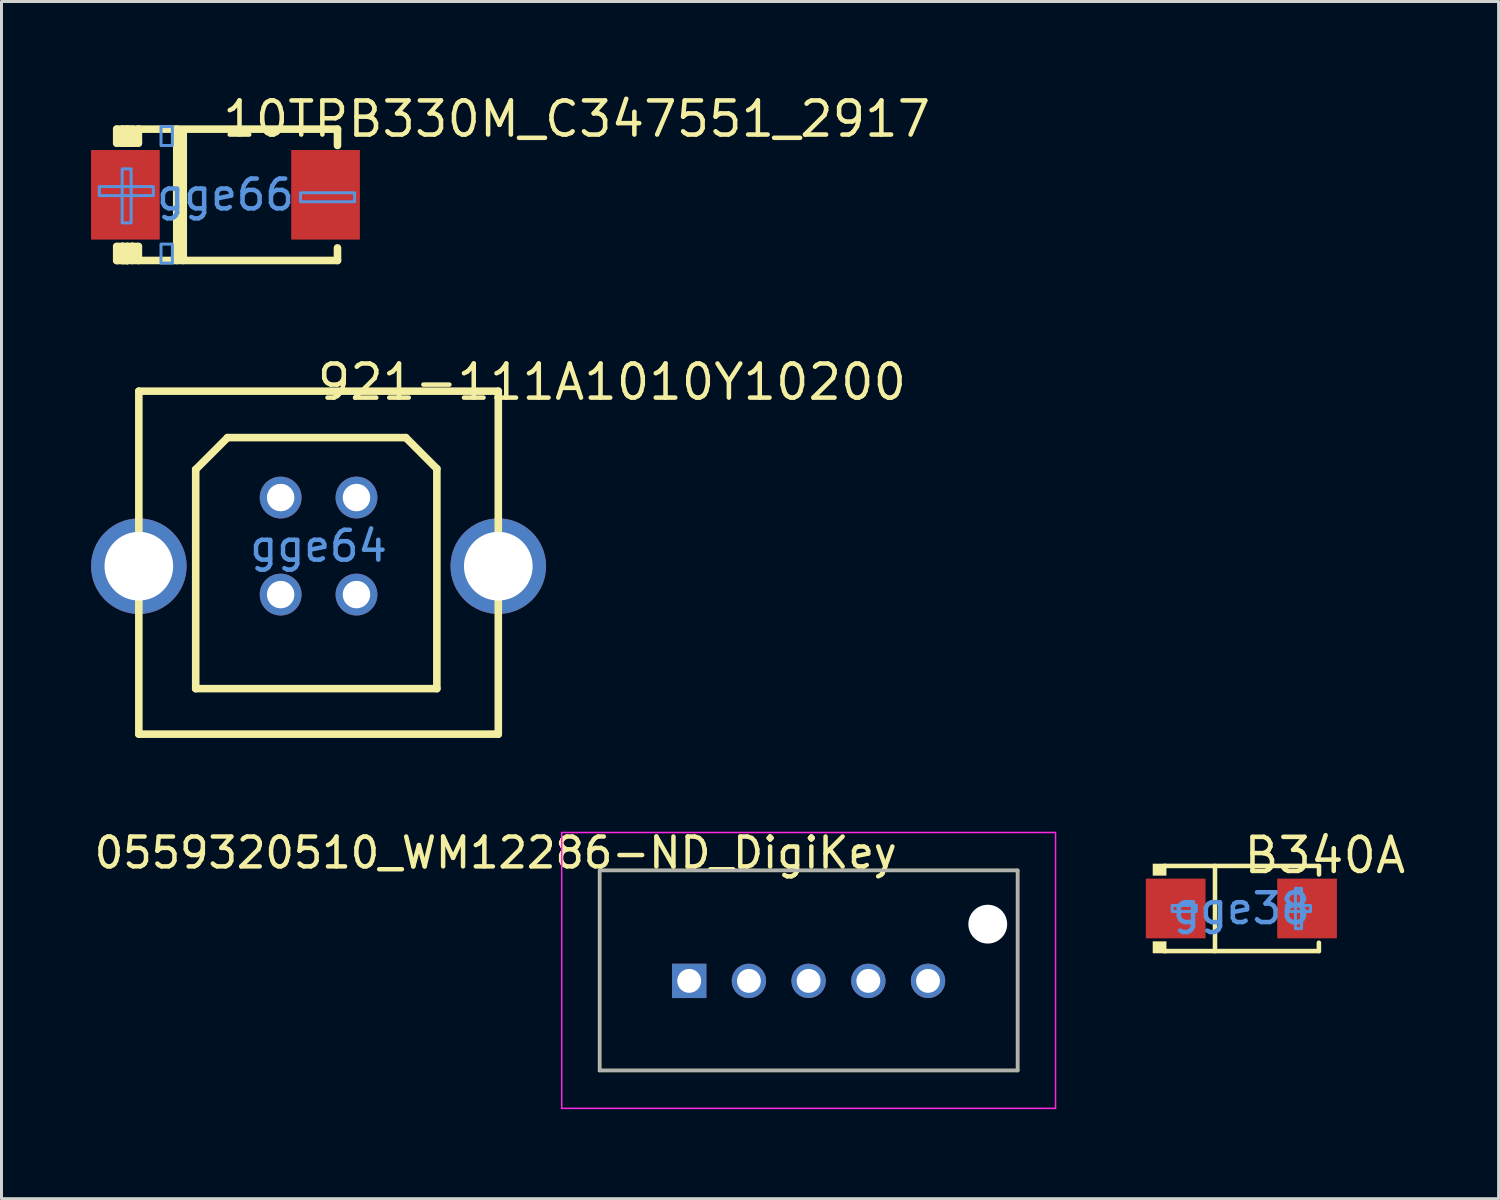
<source format=kicad_pcb>
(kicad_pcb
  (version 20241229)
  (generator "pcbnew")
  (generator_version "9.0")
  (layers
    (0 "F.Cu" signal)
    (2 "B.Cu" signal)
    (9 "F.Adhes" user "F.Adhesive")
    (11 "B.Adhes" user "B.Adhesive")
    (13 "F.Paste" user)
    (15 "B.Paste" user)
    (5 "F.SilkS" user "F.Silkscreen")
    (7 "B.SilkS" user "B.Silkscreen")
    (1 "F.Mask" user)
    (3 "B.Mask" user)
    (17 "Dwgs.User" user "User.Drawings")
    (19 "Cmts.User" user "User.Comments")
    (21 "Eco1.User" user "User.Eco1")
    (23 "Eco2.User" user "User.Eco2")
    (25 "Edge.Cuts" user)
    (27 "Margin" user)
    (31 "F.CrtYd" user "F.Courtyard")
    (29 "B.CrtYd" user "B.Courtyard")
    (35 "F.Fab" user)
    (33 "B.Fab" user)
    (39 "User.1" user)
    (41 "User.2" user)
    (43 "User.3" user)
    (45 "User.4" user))
  (footprint "921-111A1010Y10200"
    (layer "F.Cu")
    (at 7.62 15.24)
    (property "Reference" "921-111A1010Y10200" (at -0.127 -5.493 0) (layer "F.SilkS") (effects (font (size 1.143 1.143) (thickness 0.152)) (justify left)))
    (attr through_hole)
    (fp_line (start -6.02 -5.188) (end -6.02 6.299) (stroke (width 0.254) (type solid)) (layer "F.SilkS"))
    (fp_line (start -6.02 6.299) (end 6.02 6.299) (stroke (width 0.254) (type solid)) (layer "F.SilkS"))
    (fp_line (start -4.115 -2.566) (end -3.048 -3.633) (stroke (width 0.254) (type solid)) (layer "F.SilkS"))
    (fp_line (start -4.115 4.775) (end -4.115 -2.566) (stroke (width 0.254) (type solid)) (layer "F.SilkS"))
    (fp_line (start -3.048 -3.633) (end 2.921 -3.633) (stroke (width 0.254) (type solid)) (layer "F.SilkS"))
    (fp_line (start 2.921 -3.633) (end 3.962 -2.591) (stroke (width 0.254) (type solid)) (layer "F.SilkS"))
    (fp_line (start 3.962 -2.591) (end 3.962 4.775) (stroke (width 0.254) (type solid)) (layer "F.SilkS"))
    (fp_line (start 3.962 4.775) (end -4.115 4.775) (stroke (width 0.254) (type solid)) (layer "F.SilkS"))
    (fp_line (start 6.02 -5.188) (end -6.02 -5.188) (stroke (width 0.254) (type solid)) (layer "F.SilkS"))
    (fp_line (start 6.02 6.299) (end 6.02 -5.188) (stroke (width 0.254) (type solid)) (layer "F.SilkS"))
    (fp_text user "gge64" (at 0 0 0) (layer "Cmts.User") (effects (font (size 1 1) (thickness 0.15))))
    (pad "1" thru_hole circle (at 1.27 -1.625 180) (size 1.4 1.4) (drill 0.92) (layers "*.Cu" "*.Mask"))
    (pad "2" thru_hole circle (at -1.27 -1.625 180) (size 1.4 1.4) (drill 0.92) (layers "*.Cu" "*.Mask"))
    (pad "3" thru_hole circle (at -1.27 1.625 180) (size 1.4 1.4) (drill 0.92) (layers "*.Cu" "*.Mask"))
    (pad "4" thru_hole circle (at 1.27 1.625 180) (size 1.4 1.4) (drill 0.92) (layers "*.Cu" "*.Mask"))
    (pad "5" thru_hole circle (at -6.02 0.674 90) (size 3.2 3.2) (drill 2.3) (layers "*.Cu" "*.Mask"))
    (pad "6" thru_hole circle (at 6.02 0.674 90) (size 3.2 3.2) (drill 2.3) (layers "*.Cu" "*.Mask")))
  (footprint "B340A"
    (layer "F.Cu")
    (at 38.529 27.379)
    (property "Reference" "B340A" (at 0 -1.778 0) (layer "F.SilkS") (effects (font (size 1.143 1.143) (thickness 0.152)) (justify left)))
    (attr smd)
    (fp_line (start -2.596 -1.426) (end 2.596 -1.426) (stroke (width 0.152) (type solid)) (layer "F.SilkS"))
    (fp_line (start -2.596 1.426) (end 2.596 1.426) (stroke (width 0.152) (type solid)) (layer "F.SilkS"))
    (fp_line (start -0.884 -1.426) (end -0.884 1.426) (stroke (width 0.152) (type solid)) (layer "F.SilkS"))
    (fp_line (start 2.596 1.146) (end 2.596 1.426) (stroke (width 0.152) (type solid)) (layer "F.SilkS"))
    (fp_line (start 2.6 -1.42) (end 2.6 -1.14) (stroke (width 0.152) (type solid)) (layer "F.SilkS"))
    (fp_poly (pts (xy -2.51 -1.1) (xy -2.97 -1.1) (xy -2.97 -1.5) (xy -2.51 -1.5)) (stroke (width 0) (type solid)) (fill yes) (layer "F.SilkS"))
    (fp_poly (pts (xy -2.51 1.5) (xy -2.97 1.5) (xy -2.97 1.1) (xy -2.51 1.1)) (stroke (width 0) (type solid)) (fill yes) (layer "F.SilkS"))
    (fp_poly (pts (xy -2.317 0.101) (xy -2.317 -0.101) (xy -1.507 -0.101) (xy -1.507 0.101)) (stroke (width 0.1) (type solid)) (fill no) (layer "Cmts.User"))
    (fp_poly (pts (xy 2.014 0.675) (xy 2.014 -0.675) (xy 1.811 -0.675) (xy 1.811 0.675)) (stroke (width 0.1) (type solid)) (fill no) (layer "Cmts.User"))
    (fp_poly (pts (xy 2.317 0.101) (xy 2.317 -0.101) (xy 1.507 -0.101) (xy 1.507 0.101)) (stroke (width 0.1) (type solid)) (fill no) (layer "Cmts.User"))
    (fp_text user "gge38" (at 0 0 0) (layer "Cmts.User") (effects (font (size 1 1) (thickness 0.15))))
    (pad "1" smd rect (at -2.2 0 180) (size 2 2) (layers "F.Cu" "F.Mask" "F.Paste"))
    (pad "2" smd rect (at 2.2 0 180) (size 2 2) (layers "F.Cu" "F.Mask" "F.Paste")))
  (footprint "0559320510_WM12286-ND_DigiKey"
    (layer "F.Cu")
    (at 20.034 29.804)
    (property "Reference" "0559320510_WM12286-ND_DigiKey" (at -6.48 -4.29 0) (layer "F.SilkS") (effects (font (size 1 1) (thickness 0.15))))
    (attr through_hole)
    (fp_line (start -3 -3.7) (end -3 3) (stroke (width 0.12) (type solid)) (layer "F.SilkS"))
    (fp_line (start -3 3) (end 11 3) (stroke (width 0.12) (type solid)) (layer "F.SilkS"))
    (fp_line (start 11 -3.7) (end -3 -3.7) (stroke (width 0.12) (type solid)) (layer "F.SilkS"))
    (fp_line (start 11 3) (end 11 -3.7) (stroke (width 0.12) (type solid)) (layer "F.SilkS"))
    (fp_line (start -4.27 -4.97) (end -4.27 4.27) (stroke (width 0.05) (type solid)) (layer "F.CrtYd"))
    (fp_line (start -4.27 4.27) (end 12.27 4.27) (stroke (width 0.05) (type solid)) (layer "F.CrtYd"))
    (fp_line (start 12.27 -4.97) (end -4.27 -4.97) (stroke (width 0.05) (type solid)) (layer "F.CrtYd"))
    (fp_line (start 12.27 4.27) (end 12.27 -4.97) (stroke (width 0.05) (type solid)) (layer "F.CrtYd"))
    (fp_line (start -3 -3.7) (end -3 3) (stroke (width 0.1) (type solid)) (layer "F.Fab"))
    (fp_line (start -3 3) (end 11 3) (stroke (width 0.1) (type solid)) (layer "F.Fab"))
    (fp_line (start 11 -3.7) (end -3 -3.7) (stroke (width 0.1) (type solid)) (layer "F.Fab"))
    (fp_line (start 11 3) (end 11 -3.7) (stroke (width 0.1) (type solid)) (layer "F.Fab"))
    (pad "" np_thru_hole circle (at 10 -1.9) (size 1.3 1.3) (drill 1.3) (layers "*.Cu" "*.Mask"))
    (pad "1" thru_hole rect (at 0 0) (size 1.15 1.15) (drill 0.8) (layers "*.Cu" "*.Mask"))
    (pad "2" thru_hole circle (at 2 0) (size 1.15 1.15) (drill 0.8) (layers "*.Cu" "*.Mask"))
    (pad "3" thru_hole circle (at 4 0) (size 1.15 1.15) (drill 0.8) (layers "*.Cu" "*.Mask"))
    (pad "4" thru_hole circle (at 6 0) (size 1.15 1.15) (drill 0.8) (layers "*.Cu" "*.Mask"))
    (pad "5" thru_hole circle (at 8 0) (size 1.15 1.15) (drill 0.8) (layers "*.Cu" "*.Mask")))
  (footprint "10TPB330M_C347551_2917"
    (layer "F.Cu")
    (at 4.502 3.475)
    (property "Reference" "10TPB330M_C347551_2917" (at -0.175 -2.54 0) (layer "F.SilkS") (effects (font (size 1.143 1.143) (thickness 0.152)) (justify left)))
    (attr smd)
    (fp_line (start -3.643 -2.2) (end -3.448 -2.2) (stroke (width 0.254) (type solid)) (layer "F.SilkS"))
    (fp_line (start -3.643 -1.731) (end -3.643 -2.2) (stroke (width 0.254) (type solid)) (layer "F.SilkS"))
    (fp_line (start -3.643 -1.731) (end -3.448 -1.731) (stroke (width 0.254) (type solid)) (layer "F.SilkS"))
    (fp_line (start -3.643 1.731) (end -3.448 1.731) (stroke (width 0.254) (type solid)) (layer "F.SilkS"))
    (fp_line (start -3.643 2.2) (end -3.643 1.731) (stroke (width 0.254) (type solid)) (layer "F.SilkS"))
    (fp_line (start -3.605 2.2) (end -3.643 2.2) (stroke (width 0.254) (type solid)) (layer "F.SilkS"))
    (fp_line (start -3.605 2.2) (end -3.292 2.2) (stroke (width 0.254) (type solid)) (layer "F.SilkS"))
    (fp_line (start -3.448 -2.2) (end 3.752 -2.2) (stroke (width 0.254) (type solid)) (layer "F.SilkS"))
    (fp_line (start -3.448 -1.731) (end -3.448 -2.2) (stroke (width 0.254) (type solid)) (layer "F.SilkS"))
    (fp_line (start -3.448 1.731) (end -3.448 1.778) (stroke (width 0.254) (type solid)) (layer "F.SilkS"))
    (fp_line (start -3.448 1.731) (end -3.123 1.731) (stroke (width 0.254) (type solid)) (layer "F.SilkS"))
    (fp_line (start -3.448 1.778) (end -3.448 1.731) (stroke (width 0.254) (type solid)) (layer "F.SilkS"))
    (fp_line (start -3.448 2.2) (end -3.448 1.778) (stroke (width 0.254) (type solid)) (layer "F.SilkS"))
    (fp_line (start -3.448 2.2) (end 3.752 2.2) (stroke (width 0.254) (type solid)) (layer "F.SilkS"))
    (fp_line (start -3.312 -2.2) (end -3.312 -1.731) (stroke (width 0.254) (type solid)) (layer "F.SilkS"))
    (fp_line (start -3.292 1.731) (end -3.292 2.2) (stroke (width 0.254) (type solid)) (layer "F.SilkS"))
    (fp_line (start -3.292 2.2) (end -3.292 2.2) (stroke (width 0.254) (type solid)) (layer "F.SilkS"))
    (fp_line (start -3.277 1.731) (end -3.292 1.731) (stroke (width 0.254) (type solid)) (layer "F.SilkS"))
    (fp_line (start -3.249 -2.2) (end -3.312 -2.2) (stroke (width 0.254) (type solid)) (layer "F.SilkS"))
    (fp_line (start -3.125 -1.731) (end -3.125 -1.731) (stroke (width 0.254) (type solid)) (layer "F.SilkS"))
    (fp_line (start -3.125 1.731) (end -3.125 2.2) (stroke (width 0.254) (type solid)) (layer "F.SilkS"))
    (fp_line (start -3.123 -1.731) (end -3.448 -1.731) (stroke (width 0.254) (type solid)) (layer "F.SilkS"))
    (fp_line (start -3.123 -1.731) (end -3.125 -1.731) (stroke (width 0.254) (type solid)) (layer "F.SilkS"))
    (fp_line (start -3.123 -1.731) (end -3.123 -2.2) (stroke (width 0.254) (type solid)) (layer "F.SilkS"))
    (fp_line (start -3.123 1.731) (end -3.123 1.731) (stroke (width 0.254) (type solid)) (layer "F.SilkS"))
    (fp_line (start -2.917 -2.2) (end -2.917 -1.731) (stroke (width 0.254) (type solid)) (layer "F.SilkS"))
    (fp_line (start -2.917 -1.731) (end -3.448 -1.731) (stroke (width 0.254) (type solid)) (layer "F.SilkS"))
    (fp_line (start -2.917 1.731) (end -3.125 1.731) (stroke (width 0.254) (type solid)) (layer "F.SilkS"))
    (fp_line (start -2.917 1.731) (end -2.917 2.2) (stroke (width 0.254) (type solid)) (layer "F.SilkS"))
    (fp_line (start -2.902 -2.2) (end -2.917 -2.2) (stroke (width 0.254) (type solid)) (layer "F.SilkS"))
    (fp_line (start -1.632 -2.2) (end -1.632 2.2) (stroke (width 0.254) (type solid)) (layer "F.SilkS"))
    (fp_line (start -1.414 -2.159) (end -1.414 2.2) (stroke (width 0.254) (type solid)) (layer "F.SilkS"))
    (fp_line (start -1.397 -2.159) (end -1.414 -2.159) (stroke (width 0.254) (type solid)) (layer "F.SilkS"))
    (fp_line (start 3.752 -2.2) (end 3.752 -1.651) (stroke (width 0.254) (type solid)) (layer "F.SilkS"))
    (fp_line (start 3.752 2.2) (end 3.752 1.778) (stroke (width 0.254) (type solid)) (layer "F.SilkS"))
    (fp_poly (pts (xy -2.159 -2.286) (xy -2.159 -1.651) (xy -1.778 -1.651) (xy -1.778 -2.286)) (stroke (width 0.1) (type solid)) (fill no) (layer "Cmts.User"))
    (fp_poly (pts (xy -2.159 2.286) (xy -1.778 2.286) (xy -1.778 1.651) (xy -2.159 1.651)) (stroke (width 0.1) (type solid)) (fill no) (layer "Cmts.User"))
    (fp_poly (pts (xy -4.226 -0.275) (xy -2.415 -0.275) (xy -2.415 0.026) (xy -4.226 0.026) (xy -4.226 0.028)) (stroke (width 0.1) (type solid)) (fill no) (layer "Cmts.User"))
    (fp_poly (pts (xy -3.46 0.942) (xy -3.46 -0.87) (xy -3.159 -0.87) (xy -3.159 0.942) (xy -3.157 0.942)) (stroke (width 0.1) (type solid)) (fill no) (layer "Cmts.User"))
    (fp_poly (pts (xy 2.514 -0.069) (xy 4.325 -0.069) (xy 4.325 0.232) (xy 2.514 0.232) (xy 2.514 0.234)) (stroke (width 0.1) (type solid)) (fill no) (layer "Cmts.User"))
    (fp_text user "gge66" (at 0 0 0) (layer "Cmts.User") (effects (font (size 1 1) (thickness 0.15))))
    (pad "1" smd rect (at -3.352 0) (size 2.3 3) (layers "F.Cu" "F.Mask" "F.Paste"))
    (pad "2" smd rect (at 3.352 0) (size 2.3 3) (layers "F.Cu" "F.Mask" "F.Paste")))
  (gr_rect
    (start -3 -3)
    (end 47.144 37.099)
    (stroke (width 0.1) (type default))
    (fill no)
    (layer "Edge.Cuts")))
</source>
